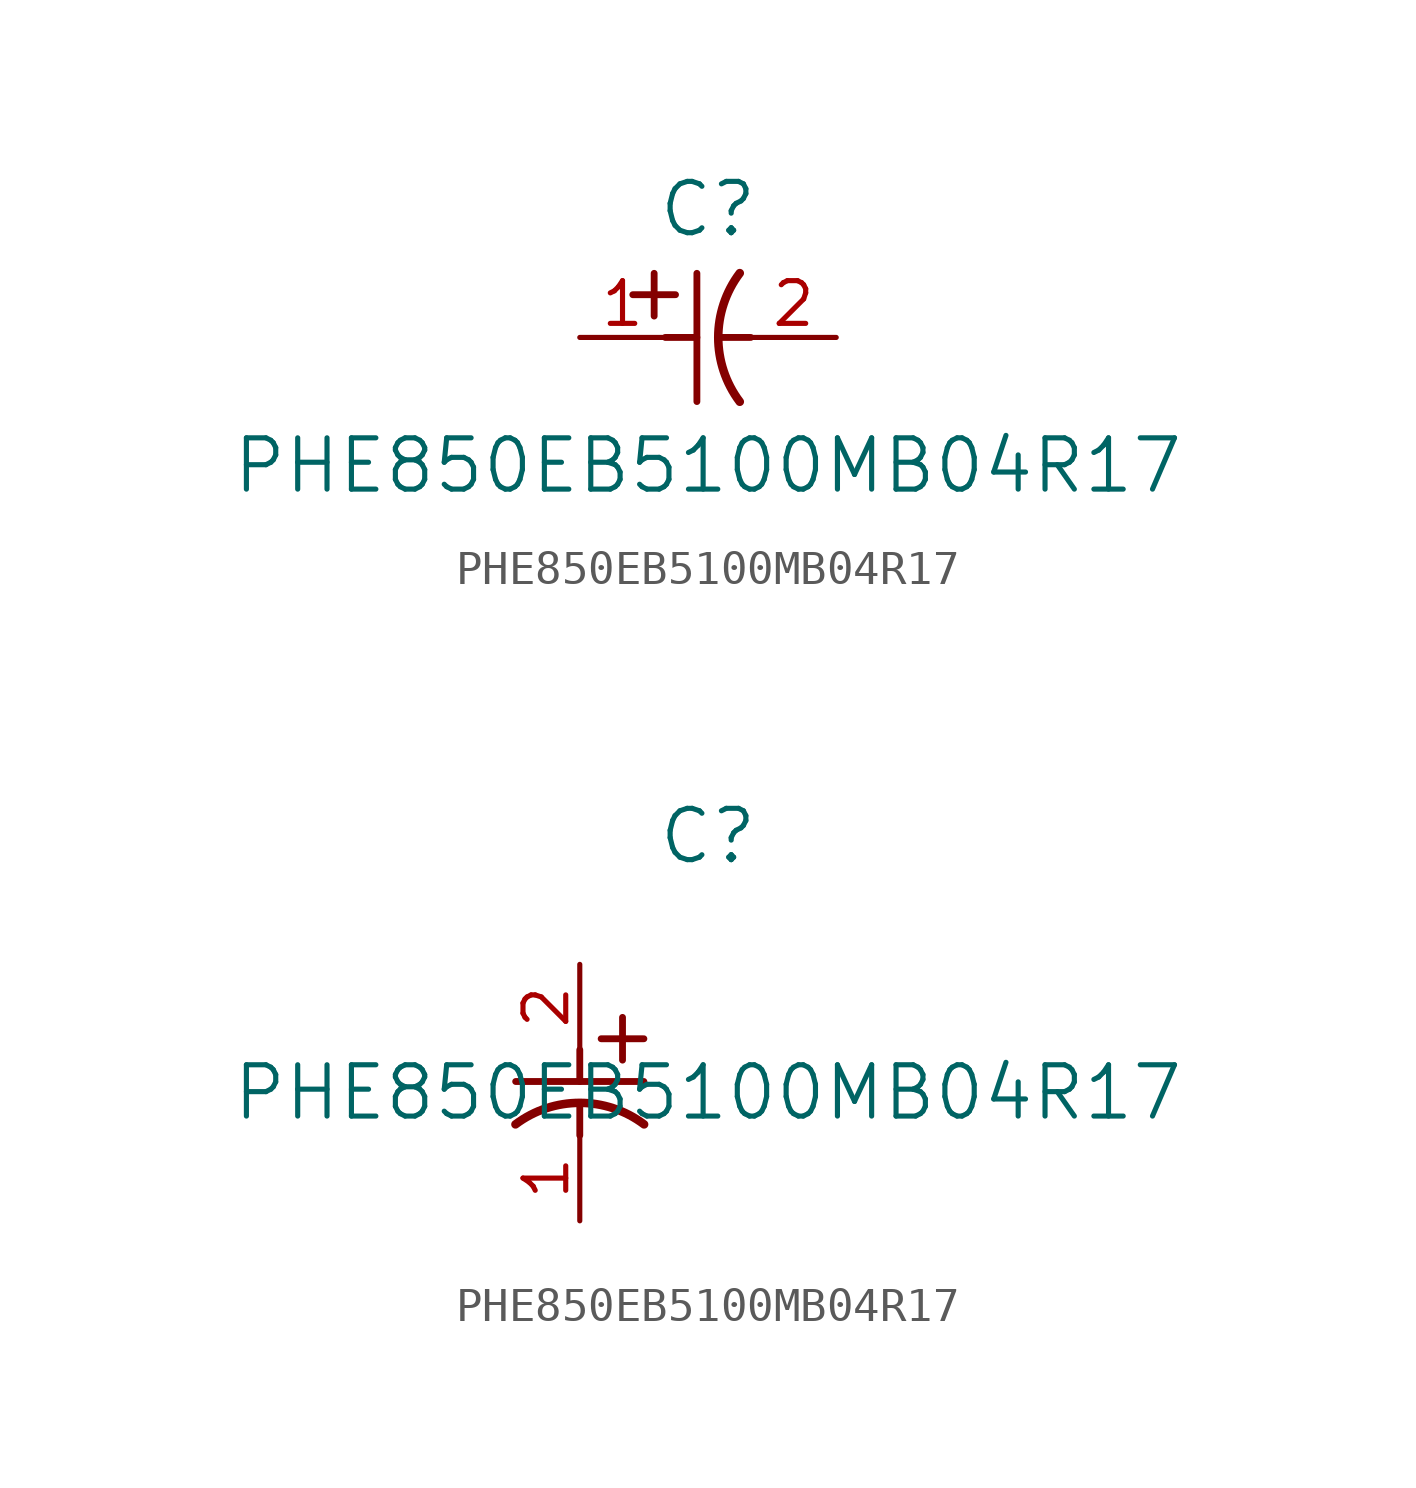
<source format=kicad_sym>
(kicad_symbol_lib
  (version 20211014)
  (generator kicad_symbol_editor)
  (symbol "PHE850EB5100MB04R17"
    (pin_names
      (offset 0.254))
    (property "Reference" "C"
      (at 3.81 3.81 0)
      (effects (font (size 1.524 1.524))))
    (property "Value" "PHE850EB5100MB04R17"
      (at 3.81 -3.81 0)
      (effects (font (size 1.524 1.524))))
    (symbol "PHE850EB5100MB04R17_1_1"
      (polyline (pts (xy 2.21 0.635) (xy 2.21 1.905)) (stroke (width 0.203) (type default) (color 0 0 0 0)) (fill (type none)))
      (arc (start 4.754132 1.910763) (mid 4.1148 0) (end 4.754132 -1.910763) (stroke (width 0.254) (type default) (color 0 0 0 0)) (fill (type none)))
      (polyline (pts (xy 4.115 0) (xy 5.08 0)) (stroke (width 0.203) (type default) (color 0 0 0 0)) (fill (type none)))
      (polyline (pts (xy 3.48 -1.905) (xy 3.48 1.905)) (stroke (width 0.203) (type default) (color 0 0 0 0)) (fill (type none)))
      (polyline (pts (xy 1.575 1.27) (xy 2.845 1.27)) (stroke (width 0.203) (type default) (color 0 0 0 0)) (fill (type none)))
      (polyline (pts (xy 2.54 0) (xy 3.48 0)) (stroke (width 0.203) (type default) (color 0 0 0 0)) (fill (type none)))
      (pin unspecified line (at 0 0 0) (length 2.54) (name "" (effects (font (size 1.27 1.27)))) (number "1" (effects (font (size 1.27 1.27)))))
      (pin unspecified line (at 7.62 0 180) (length 2.54) (name "" (effects (font (size 1.27 1.27)))) (number "2" (effects (font (size 1.27 1.27))))))
    (symbol "PHE850EB5100MB04R17_1_2"
      (polyline (pts (xy 0 -2.54) (xy 0 -3.48)) (stroke (width 0.203) (type default) (color 0 0 0 0)) (fill (type none)))
      (arc (start 1.910763 -4.754132) (mid 0 -4.1148) (end -1.910763 -4.754132) (stroke (width 0.254) (type default) (color 0 0 0 0)) (fill (type none)))
      (polyline (pts (xy -1.905 -3.48) (xy 1.905 -3.48)) (stroke (width 0.203) (type default) (color 0 0 0 0)) (fill (type none)))
      (polyline (pts (xy 0.635 -2.21) (xy 1.905 -2.21)) (stroke (width 0.203) (type default) (color 0 0 0 0)) (fill (type none)))
      (polyline (pts (xy 1.27 -1.575) (xy 1.27 -2.845)) (stroke (width 0.203) (type default) (color 0 0 0 0)) (fill (type none)))
      (polyline (pts (xy 0 -4.115) (xy 0 -5.08)) (stroke (width 0.203) (type default) (color 0 0 0 0)) (fill (type none)))
      (pin unspecified line (at 0 -7.62 90) (length 2.54) (name "" (effects (font (size 1.27 1.27)))) (number "1" (effects (font (size 1.27 1.27)))))
      (pin unspecified line (at 0 0 270) (length 2.54) (name "" (effects (font (size 1.27 1.27)))) (number "2" (effects (font (size 1.27 1.27))))))))
</source>
